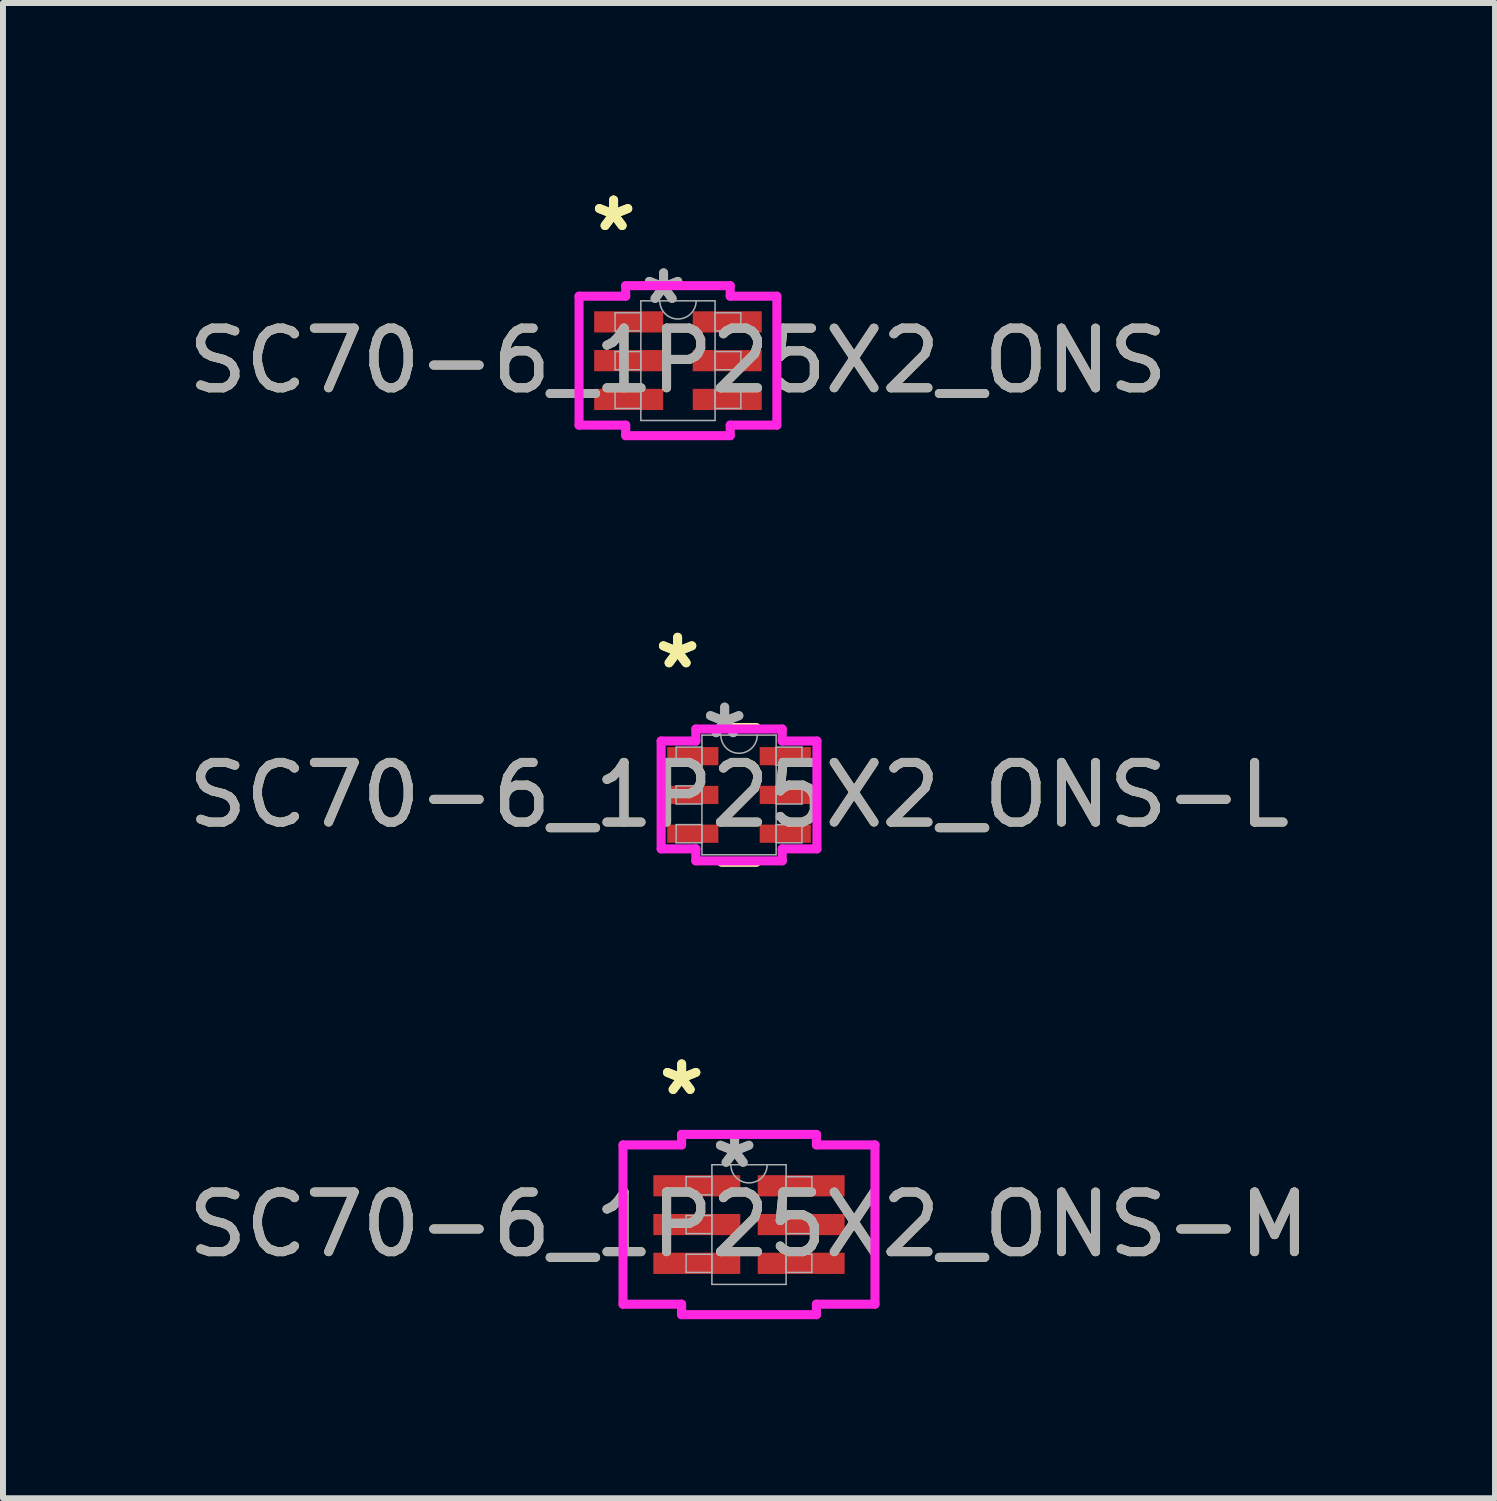
<source format=kicad_pcb>
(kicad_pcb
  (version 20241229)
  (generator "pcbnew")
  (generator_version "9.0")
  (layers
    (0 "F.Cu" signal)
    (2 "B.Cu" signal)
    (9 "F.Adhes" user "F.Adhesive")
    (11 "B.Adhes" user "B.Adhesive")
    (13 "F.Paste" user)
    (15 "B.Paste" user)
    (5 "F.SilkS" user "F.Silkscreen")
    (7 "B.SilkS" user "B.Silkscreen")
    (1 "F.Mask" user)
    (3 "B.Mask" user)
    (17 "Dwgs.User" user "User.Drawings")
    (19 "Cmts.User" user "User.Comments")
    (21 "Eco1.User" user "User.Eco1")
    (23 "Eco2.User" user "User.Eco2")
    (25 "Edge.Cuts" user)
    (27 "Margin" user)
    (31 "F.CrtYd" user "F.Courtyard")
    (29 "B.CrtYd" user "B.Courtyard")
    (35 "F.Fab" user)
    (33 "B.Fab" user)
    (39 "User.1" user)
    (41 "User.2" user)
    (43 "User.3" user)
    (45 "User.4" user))
  (footprint "SC70-6_1P25X2_ONS-M"
    (layer "F.Cu")
    (at 9.506 17.478)
    (property "Reference" "SC70-6_1P25X2_ONS-M" (at 0 0 0) (unlocked yes) (layer "F.SilkS") (effects (font (size 1 1) (thickness 0.15))))
    (attr smd)
    (fp_line (start -2.112 -1.335) (end -1.13 -1.335) (stroke (width 0.152) (type solid)) (layer "F.CrtYd"))
    (fp_line (start -2.112 1.335) (end -2.112 -1.335) (stroke (width 0.152) (type solid)) (layer "F.CrtYd"))
    (fp_line (start -2.112 1.335) (end -1.13 1.335) (stroke (width 0.152) (type solid)) (layer "F.CrtYd"))
    (fp_line (start -1.13 -1.511) (end 1.13 -1.511) (stroke (width 0.152) (type solid)) (layer "F.CrtYd"))
    (fp_line (start -1.13 -1.335) (end -1.13 -1.511) (stroke (width 0.152) (type solid)) (layer "F.CrtYd"))
    (fp_line (start -1.13 1.511) (end -1.13 1.335) (stroke (width 0.152) (type solid)) (layer "F.CrtYd"))
    (fp_line (start 1.13 -1.511) (end 1.13 -1.335) (stroke (width 0.152) (type solid)) (layer "F.CrtYd"))
    (fp_line (start 1.13 1.335) (end 1.13 1.511) (stroke (width 0.152) (type solid)) (layer "F.CrtYd"))
    (fp_line (start 1.13 1.511) (end -1.13 1.511) (stroke (width 0.152) (type solid)) (layer "F.CrtYd"))
    (fp_line (start 2.112 -1.335) (end 1.13 -1.335) (stroke (width 0.152) (type solid)) (layer "F.CrtYd"))
    (fp_line (start 2.112 -1.335) (end 2.112 1.335) (stroke (width 0.152) (type solid)) (layer "F.CrtYd"))
    (fp_line (start 2.112 1.335) (end 1.13 1.335) (stroke (width 0.152) (type solid)) (layer "F.CrtYd"))
    (fp_line (start -1.054 -0.802) (end -1.054 -0.498) (stroke (width 0.025) (type solid)) (layer "F.Fab"))
    (fp_line (start -1.054 -0.498) (end -0.622 -0.498) (stroke (width 0.025) (type solid)) (layer "F.Fab"))
    (fp_line (start -1.054 -0.152) (end -1.054 0.152) (stroke (width 0.025) (type solid)) (layer "F.Fab"))
    (fp_line (start -1.054 0.152) (end -0.622 0.152) (stroke (width 0.025) (type solid)) (layer "F.Fab"))
    (fp_line (start -1.054 0.498) (end -1.054 0.802) (stroke (width 0.025) (type solid)) (layer "F.Fab"))
    (fp_line (start -1.054 0.802) (end -0.622 0.802) (stroke (width 0.025) (type solid)) (layer "F.Fab"))
    (fp_line (start -0.622 -1.003) (end -0.622 1.003) (stroke (width 0.025) (type solid)) (layer "F.Fab"))
    (fp_line (start -0.622 -0.802) (end -1.054 -0.802) (stroke (width 0.025) (type solid)) (layer "F.Fab"))
    (fp_line (start -0.622 -0.498) (end -0.622 -0.802) (stroke (width 0.025) (type solid)) (layer "F.Fab"))
    (fp_line (start -0.622 -0.152) (end -1.054 -0.152) (stroke (width 0.025) (type solid)) (layer "F.Fab"))
    (fp_line (start -0.622 0.152) (end -0.622 -0.152) (stroke (width 0.025) (type solid)) (layer "F.Fab"))
    (fp_line (start -0.622 0.498) (end -1.054 0.498) (stroke (width 0.025) (type solid)) (layer "F.Fab"))
    (fp_line (start -0.622 0.802) (end -0.622 0.498) (stroke (width 0.025) (type solid)) (layer "F.Fab"))
    (fp_line (start -0.622 1.003) (end 0.622 1.003) (stroke (width 0.025) (type solid)) (layer "F.Fab"))
    (fp_line (start 0.622 -1.003) (end -0.622 -1.003) (stroke (width 0.025) (type solid)) (layer "F.Fab"))
    (fp_line (start 0.622 -0.802) (end 0.622 -0.498) (stroke (width 0.025) (type solid)) (layer "F.Fab"))
    (fp_line (start 0.622 -0.498) (end 1.054 -0.498) (stroke (width 0.025) (type solid)) (layer "F.Fab"))
    (fp_line (start 0.622 -0.152) (end 0.622 0.152) (stroke (width 0.025) (type solid)) (layer "F.Fab"))
    (fp_line (start 0.622 0.152) (end 1.054 0.152) (stroke (width 0.025) (type solid)) (layer "F.Fab"))
    (fp_line (start 0.622 0.498) (end 0.622 0.802) (stroke (width 0.025) (type solid)) (layer "F.Fab"))
    (fp_line (start 0.622 0.802) (end 1.054 0.802) (stroke (width 0.025) (type solid)) (layer "F.Fab"))
    (fp_line (start 0.622 1.003) (end 0.622 -1.003) (stroke (width 0.025) (type solid)) (layer "F.Fab"))
    (fp_line (start 1.054 -0.802) (end 0.622 -0.802) (stroke (width 0.025) (type solid)) (layer "F.Fab"))
    (fp_line (start 1.054 -0.498) (end 1.054 -0.802) (stroke (width 0.025) (type solid)) (layer "F.Fab"))
    (fp_line (start 1.054 -0.152) (end 0.622 -0.152) (stroke (width 0.025) (type solid)) (layer "F.Fab"))
    (fp_line (start 1.054 0.152) (end 1.054 -0.152) (stroke (width 0.025) (type solid)) (layer "F.Fab"))
    (fp_line (start 1.054 0.498) (end 0.622 0.498) (stroke (width 0.025) (type solid)) (layer "F.Fab"))
    (fp_line (start 1.054 0.802) (end 1.054 0.498) (stroke (width 0.025) (type solid)) (layer "F.Fab"))
    (fp_arc (start 0.3048 -1.0033) (mid 0 -0.6985) (end -0.3048 -1.0033) (stroke (width 0.0254) (type solid)) (layer "F.Fab"))
    (fp_text user "*" (at -1.129 -2.148 0) (unlocked yes) (layer "F.SilkS") (effects (font (size 1 1) (thickness 0.15))))
    (fp_text user "*" (at -1.129 -2.148 0) (layer "F.SilkS") (effects (font (size 1 1) (thickness 0.15))))
    (fp_text user "*" (at -0.241 -0.927 0) (unlocked yes) (layer "F.Fab") (effects (font (size 1 1) (thickness 0.15))))
    (fp_text user "*" (at -0.241 -0.927 0) (layer "F.Fab") (effects (font (size 1 1) (thickness 0.15))))
    (fp_text user "${REFERENCE}" (at 0 0 0) (unlocked yes) (layer "F.Fab") (effects (font (size 1 1) (thickness 0.15))))
    (pad "1" smd rect (at -0.875 -0.65) (size 1.457 0.355) (layers "F.Cu" "F.Mask" "F.Paste"))
    (pad "2" smd rect (at -0.875 0) (size 1.457 0.355) (layers "F.Cu" "F.Mask" "F.Paste"))
    (pad "3" smd rect (at -0.875 0.65) (size 1.457 0.355) (layers "F.Cu" "F.Mask" "F.Paste"))
    (pad "4" smd rect (at 0.875 0.65) (size 1.457 0.355) (layers "F.Cu" "F.Mask" "F.Paste"))
    (pad "5" smd rect (at 0.875 0) (size 1.457 0.355) (layers "F.Cu" "F.Mask" "F.Paste"))
    (pad "6" smd rect (at 0.875 -0.65) (size 1.457 0.355) (layers "F.Cu" "F.Mask" "F.Paste")))
  (footprint "SC70-6_1P25X2_ONS"
    (layer "F.Cu")
    (at 8.315 2.996)
    (property "Reference" "SC70-6_1P25X2_ONS" (at 0 0 0) (unlocked yes) (layer "F.SilkS") (effects (font (size 1 1) (thickness 0.15))))
    (attr smd)
    (fp_line (start -1.658 -1.081) (end -0.876 -1.081) (stroke (width 0.152) (type solid)) (layer "F.CrtYd"))
    (fp_line (start -1.658 1.081) (end -1.658 -1.081) (stroke (width 0.152) (type solid)) (layer "F.CrtYd"))
    (fp_line (start -1.658 1.081) (end -0.876 1.081) (stroke (width 0.152) (type solid)) (layer "F.CrtYd"))
    (fp_line (start -0.876 -1.257) (end 0.876 -1.257) (stroke (width 0.152) (type solid)) (layer "F.CrtYd"))
    (fp_line (start -0.876 -1.081) (end -0.876 -1.257) (stroke (width 0.152) (type solid)) (layer "F.CrtYd"))
    (fp_line (start -0.876 1.257) (end -0.876 1.081) (stroke (width 0.152) (type solid)) (layer "F.CrtYd"))
    (fp_line (start 0.876 -1.257) (end 0.876 -1.081) (stroke (width 0.152) (type solid)) (layer "F.CrtYd"))
    (fp_line (start 0.876 1.081) (end 0.876 1.257) (stroke (width 0.152) (type solid)) (layer "F.CrtYd"))
    (fp_line (start 0.876 1.257) (end -0.876 1.257) (stroke (width 0.152) (type solid)) (layer "F.CrtYd"))
    (fp_line (start 1.658 -1.081) (end 0.876 -1.081) (stroke (width 0.152) (type solid)) (layer "F.CrtYd"))
    (fp_line (start 1.658 -1.081) (end 1.658 1.081) (stroke (width 0.152) (type solid)) (layer "F.CrtYd"))
    (fp_line (start 1.658 1.081) (end 0.876 1.081) (stroke (width 0.152) (type solid)) (layer "F.CrtYd"))
    (fp_line (start -1.054 -0.802) (end -1.054 -0.498) (stroke (width 0.025) (type solid)) (layer "F.Fab"))
    (fp_line (start -1.054 -0.498) (end -0.622 -0.498) (stroke (width 0.025) (type solid)) (layer "F.Fab"))
    (fp_line (start -1.054 -0.152) (end -1.054 0.152) (stroke (width 0.025) (type solid)) (layer "F.Fab"))
    (fp_line (start -1.054 0.152) (end -0.622 0.152) (stroke (width 0.025) (type solid)) (layer "F.Fab"))
    (fp_line (start -1.054 0.498) (end -1.054 0.802) (stroke (width 0.025) (type solid)) (layer "F.Fab"))
    (fp_line (start -1.054 0.802) (end -0.622 0.802) (stroke (width 0.025) (type solid)) (layer "F.Fab"))
    (fp_line (start -0.622 -1.003) (end -0.622 1.003) (stroke (width 0.025) (type solid)) (layer "F.Fab"))
    (fp_line (start -0.622 -0.802) (end -1.054 -0.802) (stroke (width 0.025) (type solid)) (layer "F.Fab"))
    (fp_line (start -0.622 -0.498) (end -0.622 -0.802) (stroke (width 0.025) (type solid)) (layer "F.Fab"))
    (fp_line (start -0.622 -0.152) (end -1.054 -0.152) (stroke (width 0.025) (type solid)) (layer "F.Fab"))
    (fp_line (start -0.622 0.152) (end -0.622 -0.152) (stroke (width 0.025) (type solid)) (layer "F.Fab"))
    (fp_line (start -0.622 0.498) (end -1.054 0.498) (stroke (width 0.025) (type solid)) (layer "F.Fab"))
    (fp_line (start -0.622 0.802) (end -0.622 0.498) (stroke (width 0.025) (type solid)) (layer "F.Fab"))
    (fp_line (start -0.622 1.003) (end 0.622 1.003) (stroke (width 0.025) (type solid)) (layer "F.Fab"))
    (fp_line (start 0.622 -1.003) (end -0.622 -1.003) (stroke (width 0.025) (type solid)) (layer "F.Fab"))
    (fp_line (start 0.622 -0.802) (end 0.622 -0.498) (stroke (width 0.025) (type solid)) (layer "F.Fab"))
    (fp_line (start 0.622 -0.498) (end 1.054 -0.498) (stroke (width 0.025) (type solid)) (layer "F.Fab"))
    (fp_line (start 0.622 -0.152) (end 0.622 0.152) (stroke (width 0.025) (type solid)) (layer "F.Fab"))
    (fp_line (start 0.622 0.152) (end 1.054 0.152) (stroke (width 0.025) (type solid)) (layer "F.Fab"))
    (fp_line (start 0.622 0.498) (end 0.622 0.802) (stroke (width 0.025) (type solid)) (layer "F.Fab"))
    (fp_line (start 0.622 0.802) (end 1.054 0.802) (stroke (width 0.025) (type solid)) (layer "F.Fab"))
    (fp_line (start 0.622 1.003) (end 0.622 -1.003) (stroke (width 0.025) (type solid)) (layer "F.Fab"))
    (fp_line (start 1.054 -0.802) (end 0.622 -0.802) (stroke (width 0.025) (type solid)) (layer "F.Fab"))
    (fp_line (start 1.054 -0.498) (end 1.054 -0.802) (stroke (width 0.025) (type solid)) (layer "F.Fab"))
    (fp_line (start 1.054 -0.152) (end 0.622 -0.152) (stroke (width 0.025) (type solid)) (layer "F.Fab"))
    (fp_line (start 1.054 0.152) (end 1.054 -0.152) (stroke (width 0.025) (type solid)) (layer "F.Fab"))
    (fp_line (start 1.054 0.498) (end 0.622 0.498) (stroke (width 0.025) (type solid)) (layer "F.Fab"))
    (fp_line (start 1.054 0.802) (end 1.054 0.498) (stroke (width 0.025) (type solid)) (layer "F.Fab"))
    (fp_arc (start 0.3048 -1.0033) (mid 0 -0.6985) (end -0.3048 -1.0033) (stroke (width 0.0254) (type solid)) (layer "F.Fab"))
    (fp_text user "*" (at -1.079 -2.148 0) (unlocked yes) (layer "F.SilkS") (effects (font (size 1 1) (thickness 0.15))))
    (fp_text user "*" (at -1.079 -2.148 0) (layer "F.SilkS") (effects (font (size 1 1) (thickness 0.15))))
    (fp_text user "*" (at -0.241 -0.927 0) (unlocked yes) (layer "F.Fab") (effects (font (size 1 1) (thickness 0.15))))
    (fp_text user "${REFERENCE}" (at 0 0 0) (unlocked yes) (layer "F.Fab") (effects (font (size 1 1) (thickness 0.15))))
    (fp_text user "*" (at -0.241 -0.927 0) (layer "F.Fab") (effects (font (size 1 1) (thickness 0.15))))
    (pad "1" smd rect (at -0.826 -0.65) (size 1.157 0.355) (layers "F.Cu" "F.Mask" "F.Paste"))
    (pad "2" smd rect (at -0.826 0) (size 1.157 0.355) (layers "F.Cu" "F.Mask" "F.Paste"))
    (pad "3" smd rect (at -0.826 0.65) (size 1.157 0.355) (layers "F.Cu" "F.Mask" "F.Paste"))
    (pad "4" smd rect (at 0.826 0.65) (size 1.157 0.355) (layers "F.Cu" "F.Mask" "F.Paste"))
    (pad "5" smd rect (at 0.826 0) (size 1.157 0.355) (layers "F.Cu" "F.Mask" "F.Paste"))
    (pad "6" smd rect (at 0.826 -0.65) (size 1.157 0.355) (layers "F.Cu" "F.Mask" "F.Paste")))
  (footprint "SC70-6_1P25X2_ONS-L"
    (layer "F.Cu")
    (at 9.339 10.276)
    (property "Reference" "SC70-6_1P25X2_ONS-L" (at 0 0 0) (unlocked yes) (layer "F.SilkS") (effects (font (size 1 1) (thickness 0.15))))
    (attr smd)
    (fp_line (start -0.29 1.13) (end 0.29 1.13) (stroke (width 0.152) (type solid)) (layer "F.SilkS"))
    (fp_line (start 0.29 -1.13) (end -0.29 -1.13) (stroke (width 0.152) (type solid)) (layer "F.SilkS"))
    (fp_line (start -1.306 -0.904) (end -0.724 -0.904) (stroke (width 0.152) (type solid)) (layer "F.CrtYd"))
    (fp_line (start -1.306 0.904) (end -1.306 -0.904) (stroke (width 0.152) (type solid)) (layer "F.CrtYd"))
    (fp_line (start -1.306 0.904) (end -0.724 0.904) (stroke (width 0.152) (type solid)) (layer "F.CrtYd"))
    (fp_line (start -0.724 -1.105) (end 0.724 -1.105) (stroke (width 0.152) (type solid)) (layer "F.CrtYd"))
    (fp_line (start -0.724 -0.904) (end -0.724 -1.105) (stroke (width 0.152) (type solid)) (layer "F.CrtYd"))
    (fp_line (start -0.724 1.105) (end -0.724 0.904) (stroke (width 0.152) (type solid)) (layer "F.CrtYd"))
    (fp_line (start 0.724 -1.105) (end 0.724 -0.904) (stroke (width 0.152) (type solid)) (layer "F.CrtYd"))
    (fp_line (start 0.724 0.904) (end 0.724 1.105) (stroke (width 0.152) (type solid)) (layer "F.CrtYd"))
    (fp_line (start 0.724 1.105) (end -0.724 1.105) (stroke (width 0.152) (type solid)) (layer "F.CrtYd"))
    (fp_line (start 1.306 -0.904) (end 0.724 -0.904) (stroke (width 0.152) (type solid)) (layer "F.CrtYd"))
    (fp_line (start 1.306 -0.904) (end 1.306 0.904) (stroke (width 0.152) (type solid)) (layer "F.CrtYd"))
    (fp_line (start 1.306 0.904) (end 0.724 0.904) (stroke (width 0.152) (type solid)) (layer "F.CrtYd"))
    (fp_line (start -1.054 -0.802) (end -1.054 -0.498) (stroke (width 0.025) (type solid)) (layer "F.Fab"))
    (fp_line (start -1.054 -0.498) (end -0.622 -0.498) (stroke (width 0.025) (type solid)) (layer "F.Fab"))
    (fp_line (start -1.054 -0.152) (end -1.054 0.152) (stroke (width 0.025) (type solid)) (layer "F.Fab"))
    (fp_line (start -1.054 0.152) (end -0.622 0.152) (stroke (width 0.025) (type solid)) (layer "F.Fab"))
    (fp_line (start -1.054 0.498) (end -1.054 0.802) (stroke (width 0.025) (type solid)) (layer "F.Fab"))
    (fp_line (start -1.054 0.802) (end -0.622 0.802) (stroke (width 0.025) (type solid)) (layer "F.Fab"))
    (fp_line (start -0.622 -1.003) (end -0.622 1.003) (stroke (width 0.025) (type solid)) (layer "F.Fab"))
    (fp_line (start -0.622 -0.802) (end -1.054 -0.802) (stroke (width 0.025) (type solid)) (layer "F.Fab"))
    (fp_line (start -0.622 -0.498) (end -0.622 -0.802) (stroke (width 0.025) (type solid)) (layer "F.Fab"))
    (fp_line (start -0.622 -0.152) (end -1.054 -0.152) (stroke (width 0.025) (type solid)) (layer "F.Fab"))
    (fp_line (start -0.622 0.152) (end -0.622 -0.152) (stroke (width 0.025) (type solid)) (layer "F.Fab"))
    (fp_line (start -0.622 0.498) (end -1.054 0.498) (stroke (width 0.025) (type solid)) (layer "F.Fab"))
    (fp_line (start -0.622 0.802) (end -0.622 0.498) (stroke (width 0.025) (type solid)) (layer "F.Fab"))
    (fp_line (start -0.622 1.003) (end 0.622 1.003) (stroke (width 0.025) (type solid)) (layer "F.Fab"))
    (fp_line (start 0.622 -1.003) (end -0.622 -1.003) (stroke (width 0.025) (type solid)) (layer "F.Fab"))
    (fp_line (start 0.622 -0.802) (end 0.622 -0.498) (stroke (width 0.025) (type solid)) (layer "F.Fab"))
    (fp_line (start 0.622 -0.498) (end 1.054 -0.498) (stroke (width 0.025) (type solid)) (layer "F.Fab"))
    (fp_line (start 0.622 -0.152) (end 0.622 0.152) (stroke (width 0.025) (type solid)) (layer "F.Fab"))
    (fp_line (start 0.622 0.152) (end 1.054 0.152) (stroke (width 0.025) (type solid)) (layer "F.Fab"))
    (fp_line (start 0.622 0.498) (end 0.622 0.802) (stroke (width 0.025) (type solid)) (layer "F.Fab"))
    (fp_line (start 0.622 0.802) (end 1.054 0.802) (stroke (width 0.025) (type solid)) (layer "F.Fab"))
    (fp_line (start 0.622 1.003) (end 0.622 -1.003) (stroke (width 0.025) (type solid)) (layer "F.Fab"))
    (fp_line (start 1.054 -0.802) (end 0.622 -0.802) (stroke (width 0.025) (type solid)) (layer "F.Fab"))
    (fp_line (start 1.054 -0.498) (end 1.054 -0.802) (stroke (width 0.025) (type solid)) (layer "F.Fab"))
    (fp_line (start 1.054 -0.152) (end 0.622 -0.152) (stroke (width 0.025) (type solid)) (layer "F.Fab"))
    (fp_line (start 1.054 0.152) (end 1.054 -0.152) (stroke (width 0.025) (type solid)) (layer "F.Fab"))
    (fp_line (start 1.054 0.498) (end 0.622 0.498) (stroke (width 0.025) (type solid)) (layer "F.Fab"))
    (fp_line (start 1.054 0.802) (end 1.054 0.498) (stroke (width 0.025) (type solid)) (layer "F.Fab"))
    (fp_arc (start 0.3048 -1.0033) (mid 0 -0.6985) (end -0.3048 -1.0033) (stroke (width 0.0254) (type solid)) (layer "F.Fab"))
    (fp_text user "*" (at -1.03 -2.098 0) (layer "F.SilkS") (effects (font (size 1 1) (thickness 0.15))))
    (fp_text user "*" (at -1.03 -2.098 0) (unlocked yes) (layer "F.SilkS") (effects (font (size 1 1) (thickness 0.15))))
    (fp_text user "*" (at -0.241 -0.927 0) (layer "F.Fab") (effects (font (size 1 1) (thickness 0.15))))
    (fp_text user "*" (at -0.241 -0.927 0) (unlocked yes) (layer "F.Fab") (effects (font (size 1 1) (thickness 0.15))))
    (fp_text user "${REFERENCE}" (at 0 0 0) (unlocked yes) (layer "F.Fab") (effects (font (size 1 1) (thickness 0.15))))
    (pad "1" smd rect (at -0.775 -0.65) (size 0.857 0.305) (layers "F.Cu" "F.Mask" "F.Paste"))
    (pad "2" smd rect (at -0.775 0) (size 0.857 0.305) (layers "F.Cu" "F.Mask" "F.Paste"))
    (pad "3" smd rect (at -0.775 0.65) (size 0.857 0.305) (layers "F.Cu" "F.Mask" "F.Paste"))
    (pad "4" smd rect (at 0.775 0.65) (size 0.857 0.305) (layers "F.Cu" "F.Mask" "F.Paste"))
    (pad "5" smd rect (at 0.775 0) (size 0.857 0.305) (layers "F.Cu" "F.Mask" "F.Paste"))
    (pad "6" smd rect (at 0.775 -0.65) (size 0.857 0.305) (layers "F.Cu" "F.Mask" "F.Paste")))
  (gr_rect
    (start -3 -3)
    (end 22.012 22.066)
    (stroke (width 0.1) (type default))
    (fill no)
    (layer "Edge.Cuts")))
</source>
